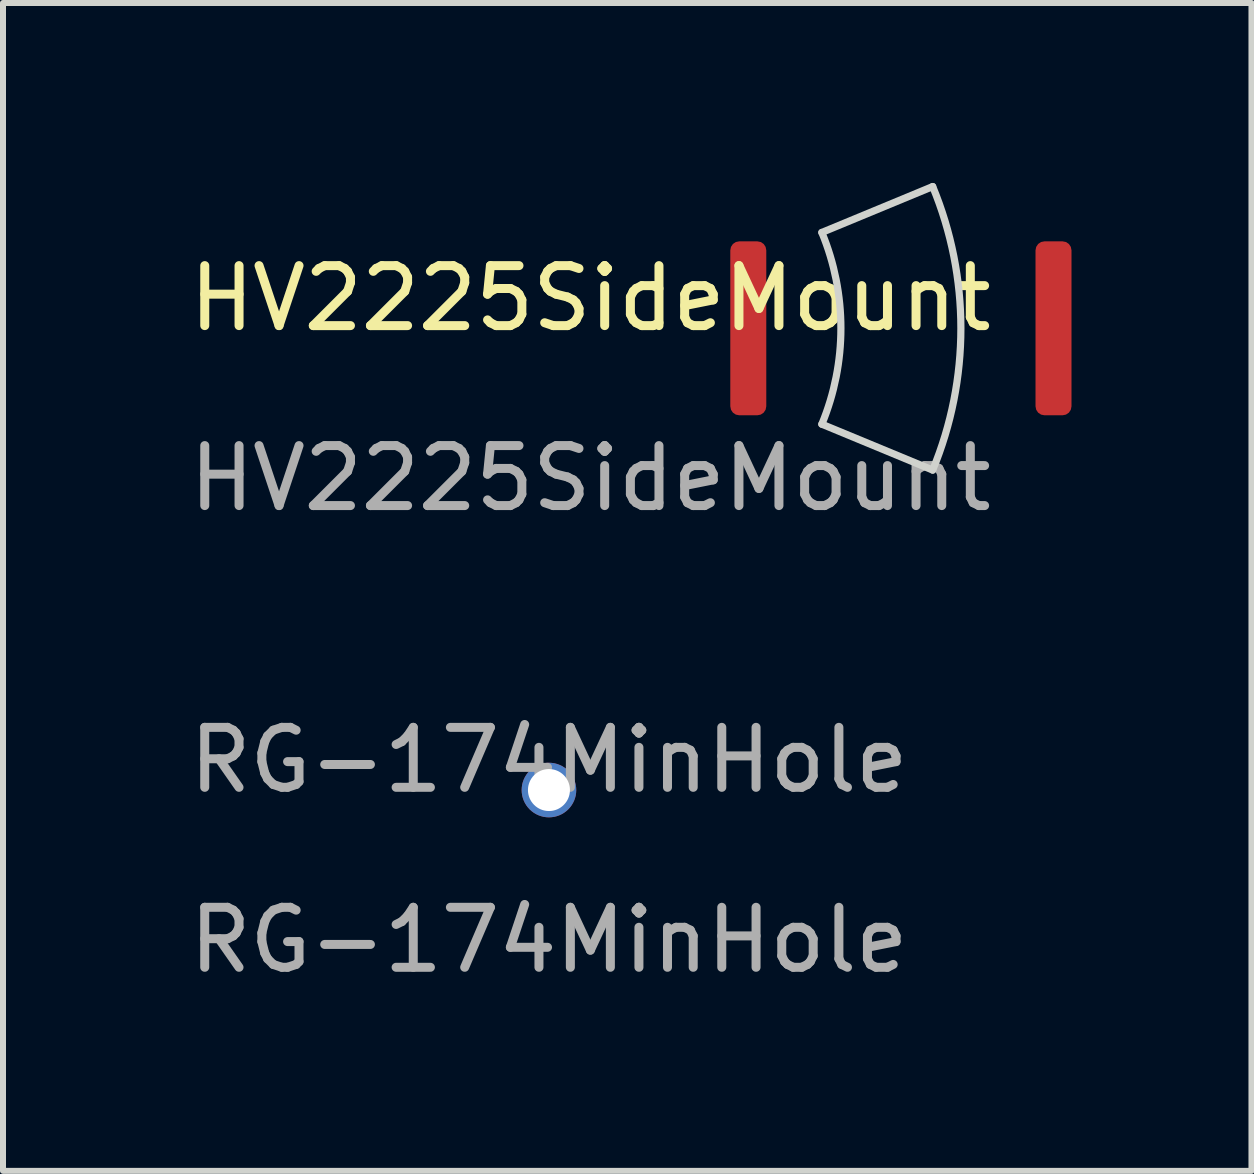
<source format=kicad_pcb>
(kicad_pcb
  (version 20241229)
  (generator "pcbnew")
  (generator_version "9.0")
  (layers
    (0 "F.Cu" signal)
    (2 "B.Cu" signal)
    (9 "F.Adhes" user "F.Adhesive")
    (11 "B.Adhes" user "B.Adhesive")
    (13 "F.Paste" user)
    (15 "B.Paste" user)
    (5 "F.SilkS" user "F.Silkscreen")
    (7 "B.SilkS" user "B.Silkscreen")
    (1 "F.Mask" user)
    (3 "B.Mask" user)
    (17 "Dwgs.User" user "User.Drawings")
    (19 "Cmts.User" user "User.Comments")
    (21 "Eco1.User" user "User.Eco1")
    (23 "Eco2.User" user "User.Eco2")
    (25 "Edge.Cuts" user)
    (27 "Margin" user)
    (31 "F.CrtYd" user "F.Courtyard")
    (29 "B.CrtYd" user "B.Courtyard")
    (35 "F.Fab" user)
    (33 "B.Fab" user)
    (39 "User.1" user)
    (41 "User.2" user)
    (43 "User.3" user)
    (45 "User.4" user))
  (footprint "HV2225SideMount"
    (layer "F.Cu")
    (at 6.792 2.423)
    (property "Reference" "HV2225SideMount" (at 0 -0.5 0) (unlocked yes) (layer "F.SilkS") (effects (font (size 1 1) (thickness 0.15))))
    (attr smd)
    (fp_line (start 3.858 -1.598) (end 5.706 -2.363) (stroke (width 0.12) (type solid)) (layer "Edge.Cuts"))
    (fp_line (start 3.858 1.598) (end 5.706 2.363) (stroke (width 0.12) (type solid)) (layer "Edge.Cuts"))
    (fp_arc (start 3.85812 -1.59809) (mid 4.176 0) (end 3.85812 1.59809) (stroke (width 0.12) (type solid)) (layer "Edge.Cuts"))
    (fp_arc (start 5.70588 -2.36345) (mid 6.175999 0) (end 5.70588 2.36345) (stroke (width 0.12) (type solid)) (layer "Edge.Cuts"))
    (fp_text user "${REFERENCE}" (at 0 2.5 0) (unlocked yes) (layer "F.Fab") (effects (font (size 1 1) (thickness 0.15))))
    (pad "1" smd roundrect (at 2.632 0) (size 0.6 2.9) (layers "F.Cu" "F.Mask" "F.Paste") (roundrect_rratio 0.25))
    (pad "2" smd roundrect (at 7.72 0 180) (size 0.6 2.9) (layers "F.Cu" "F.Mask" "F.Paste") (roundrect_rratio 0.25)))
  (footprint "RG-174MinHole"
    (layer "F.Cu")
    (at 6.101 10.12)
    (property "Reference" "RG-174MinHole" (at 0 -0.5 0) (unlocked yes) (layer "F.Fab") (effects (font (size 1 1) (thickness 0.15))))
    (attr smd)
    (fp_text user "${REFERENCE}" (at 0 2.5 0) (unlocked yes) (layer "F.Fab") (effects (font (size 1 1) (thickness 0.15))))
    (pad "1" thru_hole circle (at 0 0) (size 0.91 0.91) (drill 0.7) (layers "*.Cu" "*.Mask")))
  (gr_rect
    (start -3 -3)
    (end 17.812 16.468)
    (stroke (width 0.1) (type default))
    (fill no)
    (layer "Edge.Cuts")))
</source>
